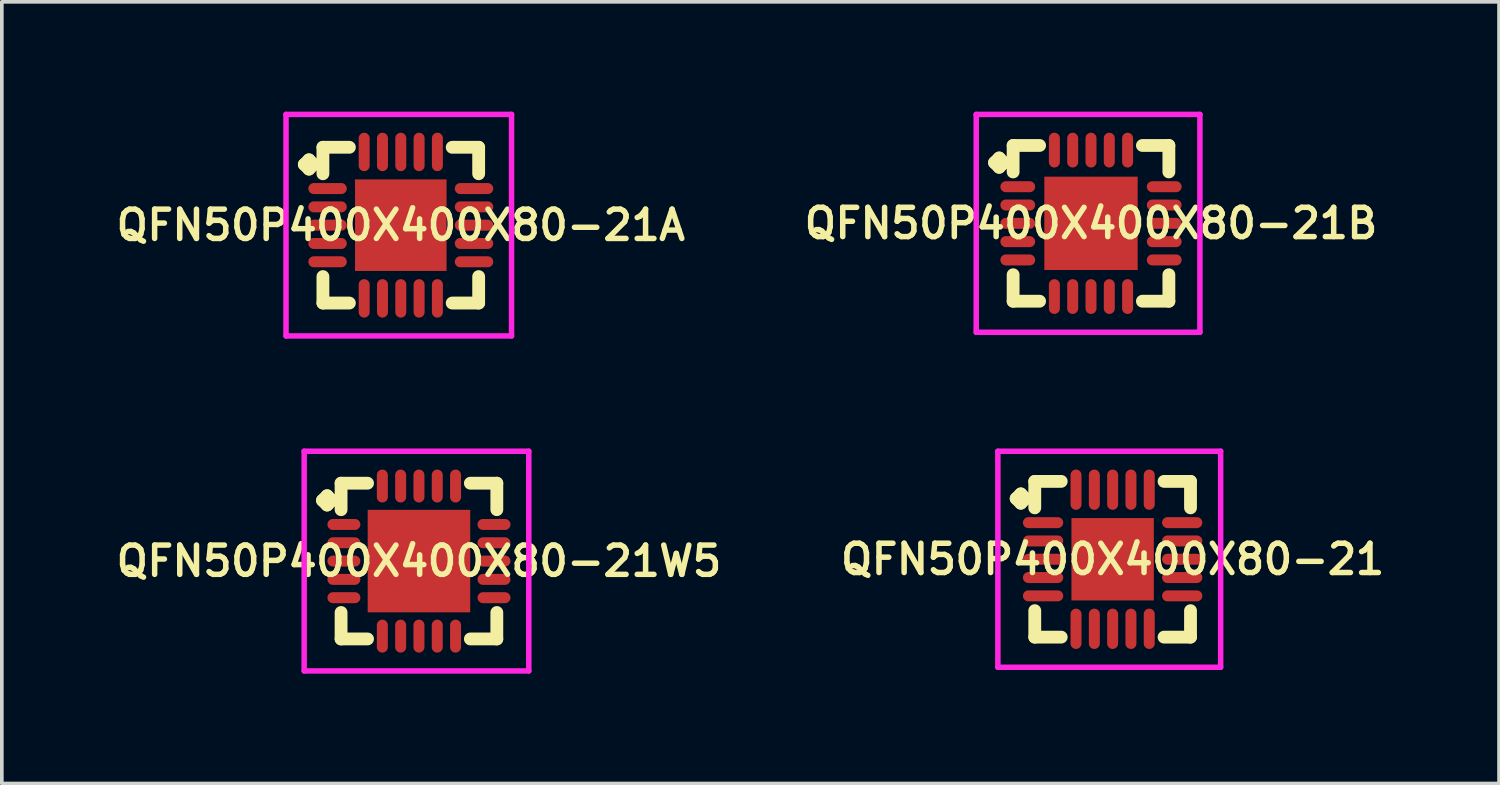
<source format=kicad_pcb>
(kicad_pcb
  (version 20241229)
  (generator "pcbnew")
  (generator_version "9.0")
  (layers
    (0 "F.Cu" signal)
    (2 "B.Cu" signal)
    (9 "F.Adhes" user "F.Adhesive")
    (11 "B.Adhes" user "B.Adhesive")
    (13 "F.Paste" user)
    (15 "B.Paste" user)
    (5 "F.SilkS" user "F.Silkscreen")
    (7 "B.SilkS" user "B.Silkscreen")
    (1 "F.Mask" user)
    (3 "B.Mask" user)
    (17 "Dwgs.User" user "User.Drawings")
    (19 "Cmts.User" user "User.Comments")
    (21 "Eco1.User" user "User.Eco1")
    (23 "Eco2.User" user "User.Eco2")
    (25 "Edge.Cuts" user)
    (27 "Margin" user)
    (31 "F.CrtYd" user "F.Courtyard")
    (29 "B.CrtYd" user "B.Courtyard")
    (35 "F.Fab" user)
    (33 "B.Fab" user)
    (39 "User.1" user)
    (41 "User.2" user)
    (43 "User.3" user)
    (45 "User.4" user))
  (footprint "QFN50P400X400X80-21"
    (layer "F.Cu")
    (at 27.34 12.225)
    (property "Reference" "QFN50P400X400X80-21" (at 0 0 0) (layer "F.SilkS") (effects (font (size 0.8 0.8) (thickness 0.15))))
    (attr smd)
    (fp_line (start -2.635 -1.658) (end -2.508 -1.785) (stroke (width 0.35) (type solid)) (layer "F.SilkS"))
    (fp_line (start -2.508 -1.785) (end -2.381 -1.658) (stroke (width 0.35) (type solid)) (layer "F.SilkS"))
    (fp_line (start -2.508 -1.531) (end -2.635 -1.658) (stroke (width 0.35) (type solid)) (layer "F.SilkS"))
    (fp_line (start -2.381 -1.658) (end -2.508 -1.531) (stroke (width 0.35) (type solid)) (layer "F.SilkS"))
    (fp_line (start -2.127 -2.127) (end -1.404 -2.127) (stroke (width 0.35) (type solid)) (layer "F.SilkS"))
    (fp_line (start -2.127 -1.404) (end -2.127 -2.127) (stroke (width 0.35) (type solid)) (layer "F.SilkS"))
    (fp_line (start -2.127 1.404) (end -2.127 2.127) (stroke (width 0.35) (type solid)) (layer "F.SilkS"))
    (fp_line (start -2.127 2.127) (end -1.404 2.127) (stroke (width 0.35) (type solid)) (layer "F.SilkS"))
    (fp_line (start 1.404 -2.127) (end 2.127 -2.127) (stroke (width 0.35) (type solid)) (layer "F.SilkS"))
    (fp_line (start 1.404 2.127) (end 2.127 2.127) (stroke (width 0.35) (type solid)) (layer "F.SilkS"))
    (fp_line (start 2.127 -2.127) (end 2.127 -1.404) (stroke (width 0.35) (type solid)) (layer "F.SilkS"))
    (fp_line (start 2.127 2.127) (end 2.127 1.404) (stroke (width 0.35) (type solid)) (layer "F.SilkS"))
    (fp_line (start -3.135 -2.95) (end 2.95 -2.95) (stroke (width 0.15) (type solid)) (layer "F.CrtYd"))
    (fp_line (start -3.135 2.95) (end -3.135 -2.95) (stroke (width 0.15) (type solid)) (layer "F.CrtYd"))
    (fp_line (start 2.95 -2.95) (end 2.95 2.95) (stroke (width 0.15) (type solid)) (layer "F.CrtYd"))
    (fp_line (start 2.95 2.95) (end -3.135 2.95) (stroke (width 0.15) (type solid)) (layer "F.CrtYd"))
    (pad "1" smd oval (at -1.9 -1) (size 1.1 0.3) (layers "F.Cu" "F.Mask" "F.Paste"))
    (pad "2" smd oval (at -1.9 -0.5) (size 1.1 0.3) (layers "F.Cu" "F.Mask" "F.Paste"))
    (pad "3" smd oval (at -1.9 0) (size 1.1 0.3) (layers "F.Cu" "F.Mask" "F.Paste"))
    (pad "4" smd oval (at -1.9 0.5) (size 1.1 0.3) (layers "F.Cu" "F.Mask" "F.Paste"))
    (pad "5" smd oval (at -1.9 1) (size 1.1 0.3) (layers "F.Cu" "F.Mask" "F.Paste"))
    (pad "6" smd oval (at -1 1.9) (size 0.3 1.1) (layers "F.Cu" "F.Mask" "F.Paste"))
    (pad "7" smd oval (at -0.5 1.9) (size 0.3 1.1) (layers "F.Cu" "F.Mask" "F.Paste"))
    (pad "8" smd oval (at 0 1.9) (size 0.3 1.1) (layers "F.Cu" "F.Mask" "F.Paste"))
    (pad "9" smd oval (at 0.5 1.9) (size 0.3 1.1) (layers "F.Cu" "F.Mask" "F.Paste"))
    (pad "10" smd oval (at 1 1.9) (size 0.3 1.1) (layers "F.Cu" "F.Mask" "F.Paste"))
    (pad "11" smd oval (at 1.9 1) (size 1.1 0.3) (layers "F.Cu" "F.Mask" "F.Paste"))
    (pad "12" smd oval (at 1.9 0.5) (size 1.1 0.3) (layers "F.Cu" "F.Mask" "F.Paste"))
    (pad "13" smd oval (at 1.9 0) (size 1.1 0.3) (layers "F.Cu" "F.Mask" "F.Paste"))
    (pad "14" smd oval (at 1.9 -0.5) (size 1.1 0.3) (layers "F.Cu" "F.Mask" "F.Paste"))
    (pad "15" smd oval (at 1.9 -1) (size 1.1 0.3) (layers "F.Cu" "F.Mask" "F.Paste"))
    (pad "16" smd oval (at 1 -1.9) (size 0.3 1.1) (layers "F.Cu" "F.Mask" "F.Paste"))
    (pad "17" smd oval (at 0.5 -1.9) (size 0.3 1.1) (layers "F.Cu" "F.Mask" "F.Paste"))
    (pad "18" smd oval (at 0 -1.9) (size 0.3 1.1) (layers "F.Cu" "F.Mask" "F.Paste"))
    (pad "19" smd oval (at -0.5 -1.9) (size 0.3 1.1) (layers "F.Cu" "F.Mask" "F.Paste"))
    (pad "20" smd oval (at -1 -1.9) (size 0.3 1.1) (layers "F.Cu" "F.Mask" "F.Paste"))
    (pad "21" smd rect (at 0 0) (size 2.25 2.25) (layers "F.Cu" "F.Mask" "F.Paste")))
  (footprint "QFN50P400X400X80-21W5"
    (layer "F.Cu")
    (at 8.393 12.275)
    (property "Reference" "QFN50P400X400X80-21W5" (at 0 0 0) (layer "F.SilkS") (effects (font (size 0.8 0.8) (thickness 0.15))))
    (attr smd)
    (fp_line (start -2.635 -1.658) (end -2.508 -1.785) (stroke (width 0.35) (type solid)) (layer "F.SilkS"))
    (fp_line (start -2.508 -1.785) (end -2.381 -1.658) (stroke (width 0.35) (type solid)) (layer "F.SilkS"))
    (fp_line (start -2.508 -1.531) (end -2.635 -1.658) (stroke (width 0.35) (type solid)) (layer "F.SilkS"))
    (fp_line (start -2.381 -1.658) (end -2.508 -1.531) (stroke (width 0.35) (type solid)) (layer "F.SilkS"))
    (fp_line (start -2.127 -2.127) (end -1.404 -2.127) (stroke (width 0.35) (type solid)) (layer "F.SilkS"))
    (fp_line (start -2.127 -1.404) (end -2.127 -2.127) (stroke (width 0.35) (type solid)) (layer "F.SilkS"))
    (fp_line (start -2.127 1.404) (end -2.127 2.127) (stroke (width 0.35) (type solid)) (layer "F.SilkS"))
    (fp_line (start -2.127 2.127) (end -1.404 2.127) (stroke (width 0.35) (type solid)) (layer "F.SilkS"))
    (fp_line (start 1.404 -2.127) (end 2.127 -2.127) (stroke (width 0.35) (type solid)) (layer "F.SilkS"))
    (fp_line (start 1.404 2.127) (end 2.127 2.127) (stroke (width 0.35) (type solid)) (layer "F.SilkS"))
    (fp_line (start 2.127 -2.127) (end 2.127 -1.404) (stroke (width 0.35) (type solid)) (layer "F.SilkS"))
    (fp_line (start 2.127 2.127) (end 2.127 1.404) (stroke (width 0.35) (type solid)) (layer "F.SilkS"))
    (fp_line (start -3.135 -3) (end 3 -3) (stroke (width 0.15) (type solid)) (layer "F.CrtYd"))
    (fp_line (start -3.135 3) (end -3.135 -3) (stroke (width 0.15) (type solid)) (layer "F.CrtYd"))
    (fp_line (start 3 -3) (end 3 3) (stroke (width 0.15) (type solid)) (layer "F.CrtYd"))
    (fp_line (start 3 3) (end -3.135 3) (stroke (width 0.15) (type solid)) (layer "F.CrtYd"))
    (pad "1" smd oval (at -2.05 -1) (size 0.9 0.3) (layers "F.Cu" "F.Mask" "F.Paste"))
    (pad "2" smd oval (at -2.05 -0.5) (size 0.9 0.3) (layers "F.Cu" "F.Mask" "F.Paste"))
    (pad "3" smd oval (at -2.05 0) (size 0.9 0.3) (layers "F.Cu" "F.Mask" "F.Paste"))
    (pad "4" smd oval (at -2.05 0.5) (size 0.9 0.3) (layers "F.Cu" "F.Mask" "F.Paste"))
    (pad "5" smd oval (at -2.05 1) (size 0.9 0.3) (layers "F.Cu" "F.Mask" "F.Paste"))
    (pad "6" smd oval (at -1 2.05) (size 0.3 0.9) (layers "F.Cu" "F.Mask" "F.Paste"))
    (pad "7" smd oval (at -0.5 2.05) (size 0.3 0.9) (layers "F.Cu" "F.Mask" "F.Paste"))
    (pad "8" smd oval (at 0 2.05) (size 0.3 0.9) (layers "F.Cu" "F.Mask" "F.Paste"))
    (pad "9" smd oval (at 0.5 2.05) (size 0.3 0.9) (layers "F.Cu" "F.Mask" "F.Paste"))
    (pad "10" smd oval (at 1 2.05) (size 0.3 0.9) (layers "F.Cu" "F.Mask" "F.Paste"))
    (pad "11" smd oval (at 2.05 1) (size 0.9 0.3) (layers "F.Cu" "F.Mask" "F.Paste"))
    (pad "12" smd oval (at 2.05 0.5) (size 0.9 0.3) (layers "F.Cu" "F.Mask" "F.Paste"))
    (pad "13" smd oval (at 2.05 0) (size 0.9 0.3) (layers "F.Cu" "F.Mask" "F.Paste"))
    (pad "14" smd oval (at 2.05 -0.5) (size 0.9 0.3) (layers "F.Cu" "F.Mask" "F.Paste"))
    (pad "15" smd oval (at 2.05 -1) (size 0.9 0.3) (layers "F.Cu" "F.Mask" "F.Paste"))
    (pad "16" smd oval (at 1 -2.05) (size 0.3 0.9) (layers "F.Cu" "F.Mask" "F.Paste"))
    (pad "17" smd oval (at 0.5 -2.05) (size 0.3 0.9) (layers "F.Cu" "F.Mask" "F.Paste"))
    (pad "18" smd oval (at 0 -2.05) (size 0.3 0.9) (layers "F.Cu" "F.Mask" "F.Paste"))
    (pad "19" smd oval (at -0.5 -2.05) (size 0.3 0.9) (layers "F.Cu" "F.Mask" "F.Paste"))
    (pad "20" smd oval (at -1 -2.05) (size 0.3 0.9) (layers "F.Cu" "F.Mask" "F.Paste"))
    (pad "21" smd rect (at 0 0) (size 2.8 2.8) (layers "F.Cu" "F.Mask" "F.Paste")))
  (footprint "QFN50P400X400X80-21B"
    (layer "F.Cu")
    (at 26.749 3.05)
    (property "Reference" "QFN50P400X400X80-21B" (at 0 0 0) (layer "F.SilkS") (effects (font (size 0.8 0.8) (thickness 0.15))))
    (attr smd)
    (fp_line (start -2.635 -1.658) (end -2.508 -1.785) (stroke (width 0.35) (type solid)) (layer "F.SilkS"))
    (fp_line (start -2.508 -1.785) (end -2.381 -1.658) (stroke (width 0.35) (type solid)) (layer "F.SilkS"))
    (fp_line (start -2.508 -1.531) (end -2.635 -1.658) (stroke (width 0.35) (type solid)) (layer "F.SilkS"))
    (fp_line (start -2.381 -1.658) (end -2.508 -1.531) (stroke (width 0.35) (type solid)) (layer "F.SilkS"))
    (fp_line (start -2.127 -2.127) (end -1.404 -2.127) (stroke (width 0.35) (type solid)) (layer "F.SilkS"))
    (fp_line (start -2.127 -1.404) (end -2.127 -2.127) (stroke (width 0.35) (type solid)) (layer "F.SilkS"))
    (fp_line (start -2.127 1.404) (end -2.127 2.127) (stroke (width 0.35) (type solid)) (layer "F.SilkS"))
    (fp_line (start -2.127 2.127) (end -1.404 2.127) (stroke (width 0.35) (type solid)) (layer "F.SilkS"))
    (fp_line (start 1.404 -2.127) (end 2.127 -2.127) (stroke (width 0.35) (type solid)) (layer "F.SilkS"))
    (fp_line (start 1.404 2.127) (end 2.127 2.127) (stroke (width 0.35) (type solid)) (layer "F.SilkS"))
    (fp_line (start 2.127 -2.127) (end 2.127 -1.404) (stroke (width 0.35) (type solid)) (layer "F.SilkS"))
    (fp_line (start 2.127 2.127) (end 2.127 1.404) (stroke (width 0.35) (type solid)) (layer "F.SilkS"))
    (fp_line (start -3.135 -2.975) (end 2.975 -2.975) (stroke (width 0.15) (type solid)) (layer "F.CrtYd"))
    (fp_line (start -3.135 2.975) (end -3.135 -2.975) (stroke (width 0.15) (type solid)) (layer "F.CrtYd"))
    (fp_line (start 2.975 -2.975) (end 2.975 2.975) (stroke (width 0.15) (type solid)) (layer "F.CrtYd"))
    (fp_line (start 2.975 2.975) (end -3.135 2.975) (stroke (width 0.15) (type solid)) (layer "F.CrtYd"))
    (pad "1" smd oval (at -2 -1) (size 0.95 0.3) (layers "F.Cu" "F.Mask" "F.Paste"))
    (pad "2" smd oval (at -2 -0.5) (size 0.95 0.3) (layers "F.Cu" "F.Mask" "F.Paste"))
    (pad "3" smd oval (at -2 0) (size 0.95 0.3) (layers "F.Cu" "F.Mask" "F.Paste"))
    (pad "4" smd oval (at -2 0.5) (size 0.95 0.3) (layers "F.Cu" "F.Mask" "F.Paste"))
    (pad "5" smd oval (at -2 1) (size 0.95 0.3) (layers "F.Cu" "F.Mask" "F.Paste"))
    (pad "6" smd oval (at -1 2) (size 0.3 0.95) (layers "F.Cu" "F.Mask" "F.Paste"))
    (pad "7" smd oval (at -0.5 2) (size 0.3 0.95) (layers "F.Cu" "F.Mask" "F.Paste"))
    (pad "8" smd oval (at 0 2) (size 0.3 0.95) (layers "F.Cu" "F.Mask" "F.Paste"))
    (pad "9" smd oval (at 0.5 2) (size 0.3 0.95) (layers "F.Cu" "F.Mask" "F.Paste"))
    (pad "10" smd oval (at 1 2) (size 0.3 0.95) (layers "F.Cu" "F.Mask" "F.Paste"))
    (pad "11" smd oval (at 2 1) (size 0.95 0.3) (layers "F.Cu" "F.Mask" "F.Paste"))
    (pad "12" smd oval (at 2 0.5) (size 0.95 0.3) (layers "F.Cu" "F.Mask" "F.Paste"))
    (pad "13" smd oval (at 2 0) (size 0.95 0.3) (layers "F.Cu" "F.Mask" "F.Paste"))
    (pad "14" smd oval (at 2 -0.5) (size 0.95 0.3) (layers "F.Cu" "F.Mask" "F.Paste"))
    (pad "15" smd oval (at 2 -1) (size 0.95 0.3) (layers "F.Cu" "F.Mask" "F.Paste"))
    (pad "16" smd oval (at 1 -2) (size 0.3 0.95) (layers "F.Cu" "F.Mask" "F.Paste"))
    (pad "17" smd oval (at 0.5 -2) (size 0.3 0.95) (layers "F.Cu" "F.Mask" "F.Paste"))
    (pad "18" smd oval (at 0 -2) (size 0.3 0.95) (layers "F.Cu" "F.Mask" "F.Paste"))
    (pad "19" smd oval (at -0.5 -2) (size 0.3 0.95) (layers "F.Cu" "F.Mask" "F.Paste"))
    (pad "20" smd oval (at -1 -2) (size 0.3 0.95) (layers "F.Cu" "F.Mask" "F.Paste"))
    (pad "21" smd rect (at 0 0) (size 2.55 2.55) (layers "F.Cu" "F.Mask" "F.Paste")))
  (footprint "QFN50P400X400X80-21A"
    (layer "F.Cu")
    (at 7.897 3.1)
    (property "Reference" "QFN50P400X400X80-21A" (at 0 0 0) (layer "F.SilkS") (effects (font (size 0.8 0.8) (thickness 0.15))))
    (attr smd)
    (fp_line (start -2.635 -1.658) (end -2.508 -1.785) (stroke (width 0.35) (type solid)) (layer "F.SilkS"))
    (fp_line (start -2.508 -1.785) (end -2.381 -1.658) (stroke (width 0.35) (type solid)) (layer "F.SilkS"))
    (fp_line (start -2.508 -1.531) (end -2.635 -1.658) (stroke (width 0.35) (type solid)) (layer "F.SilkS"))
    (fp_line (start -2.381 -1.658) (end -2.508 -1.531) (stroke (width 0.35) (type solid)) (layer "F.SilkS"))
    (fp_line (start -2.127 -2.127) (end -1.404 -2.127) (stroke (width 0.35) (type solid)) (layer "F.SilkS"))
    (fp_line (start -2.127 -1.404) (end -2.127 -2.127) (stroke (width 0.35) (type solid)) (layer "F.SilkS"))
    (fp_line (start -2.127 1.404) (end -2.127 2.127) (stroke (width 0.35) (type solid)) (layer "F.SilkS"))
    (fp_line (start -2.127 2.127) (end -1.404 2.127) (stroke (width 0.35) (type solid)) (layer "F.SilkS"))
    (fp_line (start 1.404 -2.127) (end 2.127 -2.127) (stroke (width 0.35) (type solid)) (layer "F.SilkS"))
    (fp_line (start 1.404 2.127) (end 2.127 2.127) (stroke (width 0.35) (type solid)) (layer "F.SilkS"))
    (fp_line (start 2.127 -2.127) (end 2.127 -1.404) (stroke (width 0.35) (type solid)) (layer "F.SilkS"))
    (fp_line (start 2.127 2.127) (end 2.127 1.404) (stroke (width 0.35) (type solid)) (layer "F.SilkS"))
    (fp_line (start -3.135 -3.025) (end 3.025 -3.025) (stroke (width 0.15) (type solid)) (layer "F.CrtYd"))
    (fp_line (start -3.135 3.025) (end -3.135 -3.025) (stroke (width 0.15) (type solid)) (layer "F.CrtYd"))
    (fp_line (start 3.025 -3.025) (end 3.025 3.025) (stroke (width 0.15) (type solid)) (layer "F.CrtYd"))
    (fp_line (start 3.025 3.025) (end -3.135 3.025) (stroke (width 0.15) (type solid)) (layer "F.CrtYd"))
    (pad "1" smd oval (at -2 -1) (size 1.05 0.3) (layers "F.Cu" "F.Mask" "F.Paste"))
    (pad "2" smd oval (at -2 -0.5) (size 1.05 0.3) (layers "F.Cu" "F.Mask" "F.Paste"))
    (pad "3" smd oval (at -2 0) (size 1.05 0.3) (layers "F.Cu" "F.Mask" "F.Paste"))
    (pad "4" smd oval (at -2 0.5) (size 1.05 0.3) (layers "F.Cu" "F.Mask" "F.Paste"))
    (pad "5" smd oval (at -2 1) (size 1.05 0.3) (layers "F.Cu" "F.Mask" "F.Paste"))
    (pad "6" smd oval (at -1 2) (size 0.3 1.05) (layers "F.Cu" "F.Mask" "F.Paste"))
    (pad "7" smd oval (at -0.5 2) (size 0.3 1.05) (layers "F.Cu" "F.Mask" "F.Paste"))
    (pad "8" smd oval (at 0 2) (size 0.3 1.05) (layers "F.Cu" "F.Mask" "F.Paste"))
    (pad "9" smd oval (at 0.5 2) (size 0.3 1.05) (layers "F.Cu" "F.Mask" "F.Paste"))
    (pad "10" smd oval (at 1 2) (size 0.3 1.05) (layers "F.Cu" "F.Mask" "F.Paste"))
    (pad "11" smd oval (at 2 1) (size 1.05 0.3) (layers "F.Cu" "F.Mask" "F.Paste"))
    (pad "12" smd oval (at 2 0.5) (size 1.05 0.3) (layers "F.Cu" "F.Mask" "F.Paste"))
    (pad "13" smd oval (at 2 0) (size 1.05 0.3) (layers "F.Cu" "F.Mask" "F.Paste"))
    (pad "14" smd oval (at 2 -0.5) (size 1.05 0.3) (layers "F.Cu" "F.Mask" "F.Paste"))
    (pad "15" smd oval (at 2 -1) (size 1.05 0.3) (layers "F.Cu" "F.Mask" "F.Paste"))
    (pad "16" smd oval (at 1 -2) (size 0.3 1.05) (layers "F.Cu" "F.Mask" "F.Paste"))
    (pad "17" smd oval (at 0.5 -2) (size 0.3 1.05) (layers "F.Cu" "F.Mask" "F.Paste"))
    (pad "18" smd oval (at 0 -2) (size 0.3 1.05) (layers "F.Cu" "F.Mask" "F.Paste"))
    (pad "19" smd oval (at -0.5 -2) (size 0.3 1.05) (layers "F.Cu" "F.Mask" "F.Paste"))
    (pad "20" smd oval (at -1 -2) (size 0.3 1.05) (layers "F.Cu" "F.Mask" "F.Paste"))
    (pad "21" smd rect (at 0 0) (size 2.5 2.5) (layers "F.Cu" "F.Mask" "F.Paste")))
  (gr_rect
    (start -3 -3)
    (end 37.894 18.35)
    (stroke (width 0.1) (type default))
    (fill no)
    (layer "Edge.Cuts")))
</source>
